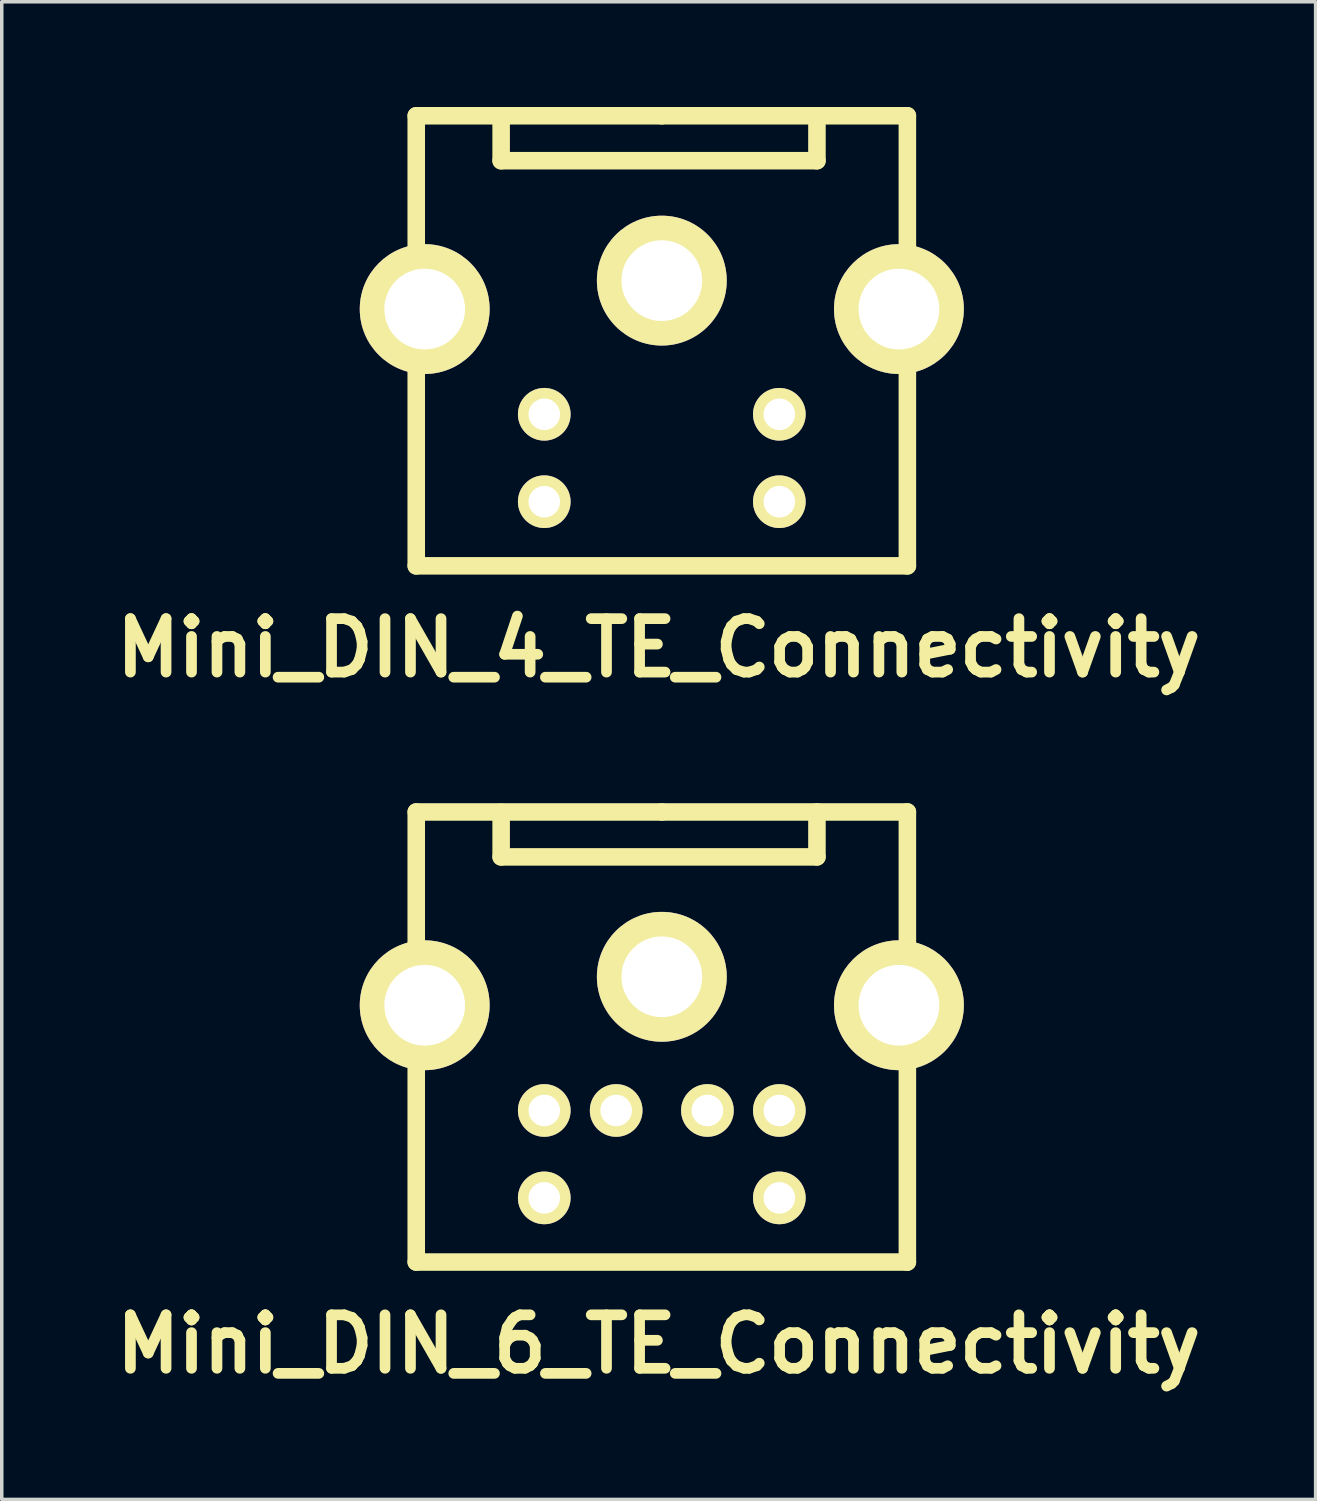
<source format=kicad_pcb>
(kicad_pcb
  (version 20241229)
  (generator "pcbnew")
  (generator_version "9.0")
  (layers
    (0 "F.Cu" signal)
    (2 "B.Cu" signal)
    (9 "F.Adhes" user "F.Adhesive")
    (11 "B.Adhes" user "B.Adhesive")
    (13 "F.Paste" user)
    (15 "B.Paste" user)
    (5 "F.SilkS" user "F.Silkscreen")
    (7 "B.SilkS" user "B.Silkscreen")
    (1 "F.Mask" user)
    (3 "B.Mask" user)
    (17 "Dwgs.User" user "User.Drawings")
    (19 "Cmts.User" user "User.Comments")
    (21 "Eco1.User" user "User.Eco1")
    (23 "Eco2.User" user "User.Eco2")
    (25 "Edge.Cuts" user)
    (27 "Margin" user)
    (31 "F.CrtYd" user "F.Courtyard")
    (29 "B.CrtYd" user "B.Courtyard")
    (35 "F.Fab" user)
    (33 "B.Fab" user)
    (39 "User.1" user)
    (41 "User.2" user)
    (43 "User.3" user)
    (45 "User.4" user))
  (footprint "Mini_DIN_4_TE_Connectivity"
    (layer "F.Cu")
    (at 15.736 7.53)
    (property "Reference" "Mini_DIN_4_TE_Connectivity" (at -0.01 7.889 0) (layer "F.SilkS") (effects (font (size 1.524 1.524) (thickness 0.305))))
    (fp_line (start -6.921 -7.28) (end 0.079 -7.28) (stroke (width 0.5) (type solid)) (layer "F.SilkS"))
    (fp_line (start -6.921 5.55) (end -6.921 -7.28) (stroke (width 0.5) (type solid)) (layer "F.SilkS"))
    (fp_line (start -4.501 -5.999) (end -4.501 -7.269) (stroke (width 0.5) (type solid)) (layer "F.SilkS"))
    (fp_line (start -4.501 -5.999) (end 4.501 -5.999) (stroke (width 0.5) (type solid)) (layer "F.SilkS"))
    (fp_line (start 0.079 -7.28) (end 7.079 -7.28) (stroke (width 0.5) (type solid)) (layer "F.SilkS"))
    (fp_line (start 4.501 -5.999) (end 4.501 -7.28) (stroke (width 0.5) (type solid)) (layer "F.SilkS"))
    (fp_line (start 7.079 -7.28) (end 7.079 5.55) (stroke (width 0.5) (type solid)) (layer "F.SilkS"))
    (fp_line (start 7.079 5.55) (end -6.921 5.55) (stroke (width 0.5) (type solid)) (layer "F.SilkS"))
    (pad "1" thru_hole circle (at -3.272 1.229) (size 1.501 1.501) (drill 0.899) (layers "*.Cu" "B.Mask" "F.SilkS"))
    (pad "2" thru_hole circle (at 3.429 1.229) (size 1.501 1.501) (drill 0.899) (layers "*.Cu" "B.Mask" "F.SilkS"))
    (pad "3" thru_hole circle (at -3.272 3.721) (size 1.501 1.501) (drill 0.899) (layers "*.Cu" "B.Mask" "F.SilkS"))
    (pad "4" thru_hole circle (at 3.429 3.721) (size 1.501 1.501) (drill 0.899) (layers "*.Cu" "B.Mask" "F.SilkS"))
    (pad "SHD" thru_hole circle (at -6.68 -1.77) (size 3.701 3.701) (drill 2.301) (layers "*.Cu" "*.Mask" "F.SilkS"))
    (pad "SHD" thru_hole circle (at 0.079 -2.581) (size 3.701 3.701) (drill 2.301) (layers "B.Cu" "B.Mask" "F.SilkS"))
    (pad "SHD" thru_hole circle (at 6.838 -1.77) (size 3.701 3.701) (drill 2.301) (layers "*.Cu" "*.Mask" "F.SilkS")))
  (footprint "Mini_DIN_6_TE_Connectivity"
    (layer "F.Cu")
    (at 15.736 27.375)
    (property "Reference" "Mini_DIN_6_TE_Connectivity" (at -0.01 7.889 0) (layer "F.SilkS") (effects (font (size 1.524 1.524) (thickness 0.305))))
    (fp_line (start -6.921 -7.28) (end 0.079 -7.28) (stroke (width 0.5) (type solid)) (layer "F.SilkS"))
    (fp_line (start -6.921 5.55) (end -6.921 -7.28) (stroke (width 0.5) (type solid)) (layer "F.SilkS"))
    (fp_line (start -4.501 -5.999) (end -4.501 -7.269) (stroke (width 0.5) (type solid)) (layer "F.SilkS"))
    (fp_line (start -4.501 -5.999) (end 4.501 -5.999) (stroke (width 0.5) (type solid)) (layer "F.SilkS"))
    (fp_line (start 0.079 -7.28) (end 7.079 -7.28) (stroke (width 0.5) (type solid)) (layer "F.SilkS"))
    (fp_line (start 4.501 -5.999) (end 4.501 -7.28) (stroke (width 0.5) (type solid)) (layer "F.SilkS"))
    (fp_line (start 7.079 -7.28) (end 7.079 5.55) (stroke (width 0.5) (type solid)) (layer "F.SilkS"))
    (fp_line (start 7.079 5.55) (end -6.921 5.55) (stroke (width 0.5) (type solid)) (layer "F.SilkS"))
    (pad "1" thru_hole circle (at -1.222 1.229) (size 1.501 1.501) (drill 0.899) (layers "B.Cu" "B.Mask" "F.SilkS"))
    (pad "2" thru_hole circle (at 1.379 1.229) (size 1.501 1.501) (drill 0.899) (layers "B.Cu" "B.Mask" "F.SilkS"))
    (pad "3" thru_hole circle (at -3.272 1.229) (size 1.501 1.501) (drill 0.899) (layers "B.Cu" "B.Mask" "F.SilkS"))
    (pad "4" thru_hole circle (at 3.429 1.229) (size 1.501 1.501) (drill 0.899) (layers "B.Cu" "B.Mask" "F.SilkS"))
    (pad "5" thru_hole circle (at -3.272 3.721) (size 1.501 1.501) (drill 0.899) (layers "B.Cu" "B.Mask" "F.SilkS"))
    (pad "6" thru_hole circle (at 3.429 3.721) (size 1.501 1.501) (drill 0.899) (layers "B.Cu" "B.Mask" "F.SilkS"))
    (pad "SHD" thru_hole circle (at -6.68 -1.77) (size 3.701 3.701) (drill 2.301) (layers "*.Cu" "*.Mask" "F.SilkS"))
    (pad "SHD" thru_hole circle (at 0.079 -2.581) (size 3.701 3.701) (drill 2.301) (layers "B.Cu" "B.Mask" "F.SilkS"))
    (pad "SHD" thru_hole circle (at 6.838 -1.77) (size 3.701 3.701) (drill 2.301) (layers "*.Cu" "*.Mask" "F.SilkS")))
  (gr_rect
    (start -3 -3)
    (end 34.452 39.691)
    (stroke (width 0.1) (type default))
    (fill no)
    (layer "Edge.Cuts")))
</source>
